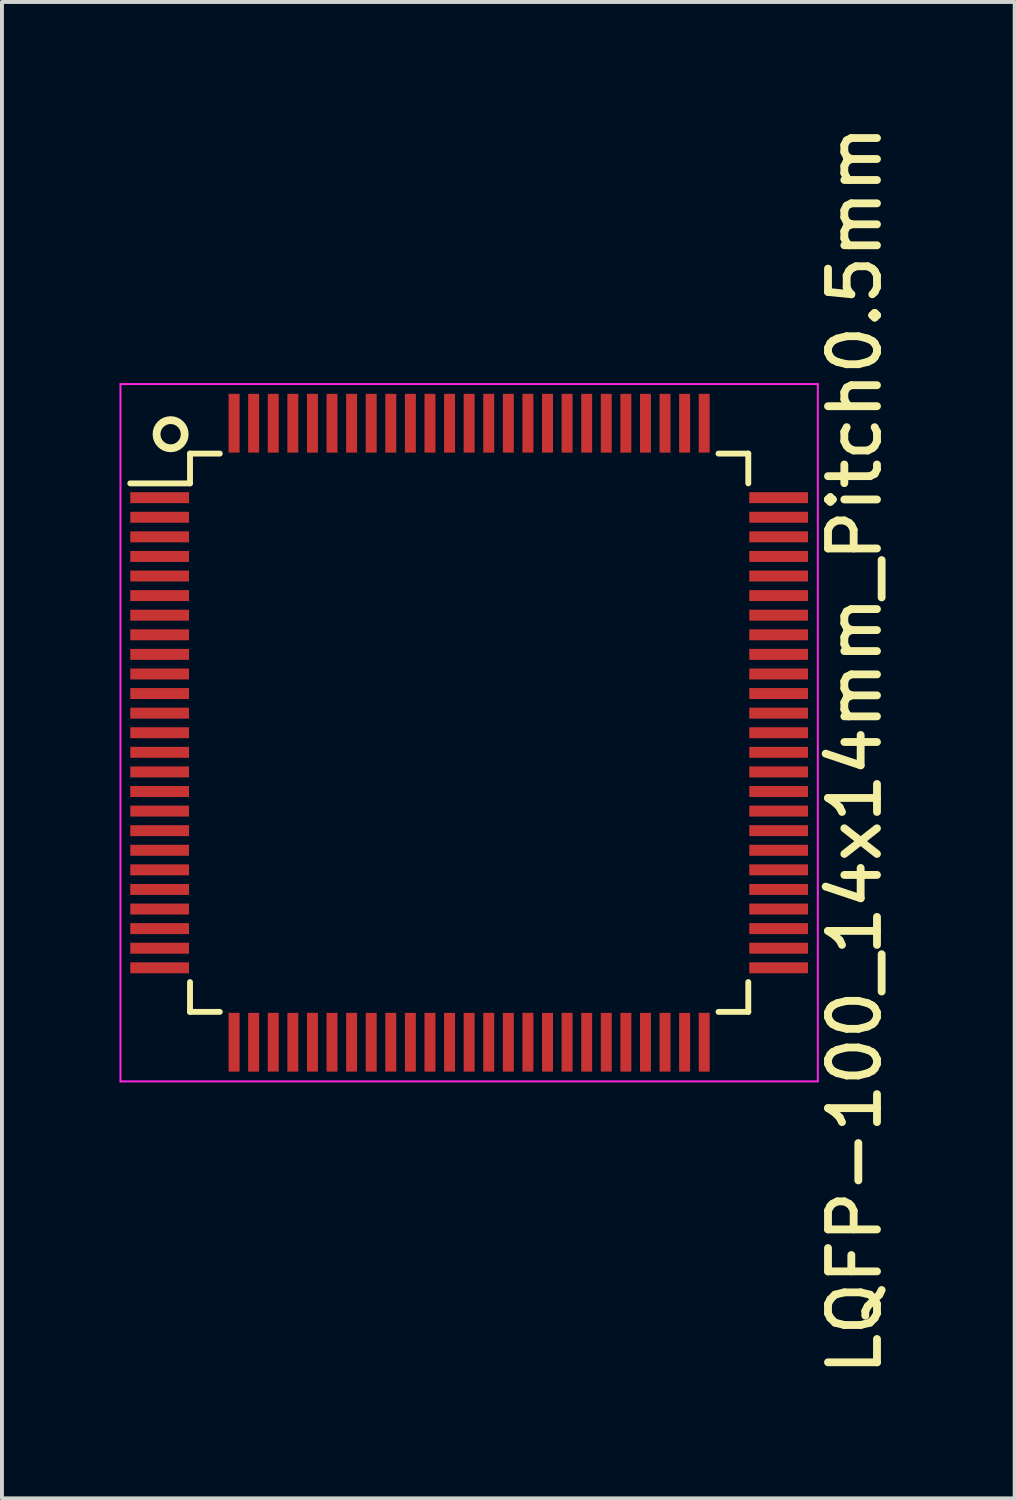
<source format=kicad_pcb>
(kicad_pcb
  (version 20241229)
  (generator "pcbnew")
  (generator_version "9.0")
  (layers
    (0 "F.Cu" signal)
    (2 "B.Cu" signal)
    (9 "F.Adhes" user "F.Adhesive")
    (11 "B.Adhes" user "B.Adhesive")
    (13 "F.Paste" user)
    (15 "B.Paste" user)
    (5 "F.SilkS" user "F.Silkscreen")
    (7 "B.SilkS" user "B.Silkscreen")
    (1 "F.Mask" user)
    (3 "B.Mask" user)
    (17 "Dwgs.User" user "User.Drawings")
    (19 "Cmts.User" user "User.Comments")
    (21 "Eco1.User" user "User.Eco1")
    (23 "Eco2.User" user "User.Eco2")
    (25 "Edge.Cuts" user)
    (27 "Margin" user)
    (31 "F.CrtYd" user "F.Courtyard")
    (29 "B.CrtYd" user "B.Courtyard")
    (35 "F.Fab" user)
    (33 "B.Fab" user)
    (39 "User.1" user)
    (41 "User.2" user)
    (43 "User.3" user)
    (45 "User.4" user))
  (footprint "LQFP-100_14x14mm_Pitch0.5mm"
    (layer "F.Cu")
    (at 8.925 15.653)
    (property "Reference" "LQFP-100_14x14mm_Pitch0.5mm" (at 9.842 0.445 90) (layer "F.SilkS") (effects (font (size 1.25 1.25) (thickness 0.2))))
    (attr smd)
    (fp_line (start -7.125 -7.125) (end -7.125 -6.365) (stroke (width 0.15) (type solid)) (layer "F.SilkS"))
    (fp_line (start -7.125 -7.125) (end -6.365 -7.125) (stroke (width 0.15) (type solid)) (layer "F.SilkS"))
    (fp_line (start -7.125 -6.365) (end -8.65 -6.365) (stroke (width 0.15) (type solid)) (layer "F.SilkS"))
    (fp_line (start -7.125 7.125) (end -7.125 6.365) (stroke (width 0.15) (type solid)) (layer "F.SilkS"))
    (fp_line (start -7.125 7.125) (end -6.365 7.125) (stroke (width 0.15) (type solid)) (layer "F.SilkS"))
    (fp_line (start 7.125 -7.125) (end 6.365 -7.125) (stroke (width 0.15) (type solid)) (layer "F.SilkS"))
    (fp_line (start 7.125 -7.125) (end 7.125 -6.365) (stroke (width 0.15) (type solid)) (layer "F.SilkS"))
    (fp_line (start 7.125 7.125) (end 6.365 7.125) (stroke (width 0.15) (type solid)) (layer "F.SilkS"))
    (fp_line (start 7.125 7.125) (end 7.125 6.365) (stroke (width 0.15) (type solid)) (layer "F.SilkS"))
    (fp_circle (center -7.62 -7.62) (end -7.366 -7.366) (stroke (width 0.2) (type solid)) (fill no) (layer "F.SilkS"))
    (fp_line (start -8.9 -8.9) (end -8.9 8.9) (stroke (width 0.05) (type solid)) (layer "F.CrtYd"))
    (fp_line (start -8.9 -8.9) (end 8.9 -8.9) (stroke (width 0.05) (type solid)) (layer "F.CrtYd"))
    (fp_line (start -8.9 8.9) (end 8.9 8.9) (stroke (width 0.05) (type solid)) (layer "F.CrtYd"))
    (fp_line (start 8.9 -8.9) (end 8.9 8.9) (stroke (width 0.05) (type solid)) (layer "F.CrtYd"))
    (pad "1" smd rect (at -7.9 -6) (size 1.5 0.28) (layers "F.Cu" "F.Mask" "F.Paste"))
    (pad "2" smd rect (at -7.9 -5.5) (size 1.5 0.28) (layers "F.Cu" "F.Mask" "F.Paste"))
    (pad "3" smd rect (at -7.9 -5) (size 1.5 0.28) (layers "F.Cu" "F.Mask" "F.Paste"))
    (pad "4" smd rect (at -7.9 -4.5) (size 1.5 0.28) (layers "F.Cu" "F.Mask" "F.Paste"))
    (pad "5" smd rect (at -7.9 -4) (size 1.5 0.28) (layers "F.Cu" "F.Mask" "F.Paste"))
    (pad "6" smd rect (at -7.9 -3.5) (size 1.5 0.28) (layers "F.Cu" "F.Mask" "F.Paste"))
    (pad "7" smd rect (at -7.9 -3) (size 1.5 0.28) (layers "F.Cu" "F.Mask" "F.Paste"))
    (pad "8" smd rect (at -7.9 -2.5) (size 1.5 0.28) (layers "F.Cu" "F.Mask" "F.Paste"))
    (pad "9" smd rect (at -7.9 -2) (size 1.5 0.28) (layers "F.Cu" "F.Mask" "F.Paste"))
    (pad "10" smd rect (at -7.9 -1.5) (size 1.5 0.28) (layers "F.Cu" "F.Mask" "F.Paste"))
    (pad "11" smd rect (at -7.9 -1) (size 1.5 0.28) (layers "F.Cu" "F.Mask" "F.Paste"))
    (pad "12" smd rect (at -7.9 -0.5) (size 1.5 0.28) (layers "F.Cu" "F.Mask" "F.Paste"))
    (pad "13" smd rect (at -7.9 0) (size 1.5 0.28) (layers "F.Cu" "F.Mask" "F.Paste"))
    (pad "14" smd rect (at -7.9 0.5) (size 1.5 0.28) (layers "F.Cu" "F.Mask" "F.Paste"))
    (pad "15" smd rect (at -7.9 1) (size 1.5 0.28) (layers "F.Cu" "F.Mask" "F.Paste"))
    (pad "16" smd rect (at -7.9 1.5) (size 1.5 0.28) (layers "F.Cu" "F.Mask" "F.Paste"))
    (pad "17" smd rect (at -7.9 2) (size 1.5 0.28) (layers "F.Cu" "F.Mask" "F.Paste"))
    (pad "18" smd rect (at -7.9 2.5) (size 1.5 0.28) (layers "F.Cu" "F.Mask" "F.Paste"))
    (pad "19" smd rect (at -7.9 3) (size 1.5 0.28) (layers "F.Cu" "F.Mask" "F.Paste"))
    (pad "20" smd rect (at -7.9 3.5) (size 1.5 0.28) (layers "F.Cu" "F.Mask" "F.Paste"))
    (pad "21" smd rect (at -7.9 4) (size 1.5 0.28) (layers "F.Cu" "F.Mask" "F.Paste"))
    (pad "22" smd rect (at -7.9 4.5) (size 1.5 0.28) (layers "F.Cu" "F.Mask" "F.Paste"))
    (pad "23" smd rect (at -7.9 5) (size 1.5 0.28) (layers "F.Cu" "F.Mask" "F.Paste"))
    (pad "24" smd rect (at -7.9 5.5) (size 1.5 0.28) (layers "F.Cu" "F.Mask" "F.Paste"))
    (pad "25" smd rect (at -7.9 6) (size 1.5 0.28) (layers "F.Cu" "F.Mask" "F.Paste"))
    (pad "26" smd rect (at -6 7.9 90) (size 1.5 0.28) (layers "F.Cu" "F.Mask" "F.Paste"))
    (pad "27" smd rect (at -5.5 7.9 90) (size 1.5 0.28) (layers "F.Cu" "F.Mask" "F.Paste"))
    (pad "28" smd rect (at -5 7.9 90) (size 1.5 0.28) (layers "F.Cu" "F.Mask" "F.Paste"))
    (pad "29" smd rect (at -4.5 7.9 90) (size 1.5 0.28) (layers "F.Cu" "F.Mask" "F.Paste"))
    (pad "30" smd rect (at -4 7.9 90) (size 1.5 0.28) (layers "F.Cu" "F.Mask" "F.Paste"))
    (pad "31" smd rect (at -3.5 7.9 90) (size 1.5 0.28) (layers "F.Cu" "F.Mask" "F.Paste"))
    (pad "32" smd rect (at -3 7.9 90) (size 1.5 0.28) (layers "F.Cu" "F.Mask" "F.Paste"))
    (pad "33" smd rect (at -2.5 7.9 90) (size 1.5 0.28) (layers "F.Cu" "F.Mask" "F.Paste"))
    (pad "34" smd rect (at -2 7.9 90) (size 1.5 0.28) (layers "F.Cu" "F.Mask" "F.Paste"))
    (pad "35" smd rect (at -1.5 7.9 90) (size 1.5 0.28) (layers "F.Cu" "F.Mask" "F.Paste"))
    (pad "36" smd rect (at -1 7.9 90) (size 1.5 0.28) (layers "F.Cu" "F.Mask" "F.Paste"))
    (pad "37" smd rect (at -0.5 7.9 90) (size 1.5 0.28) (layers "F.Cu" "F.Mask" "F.Paste"))
    (pad "38" smd rect (at 0 7.9 90) (size 1.5 0.28) (layers "F.Cu" "F.Mask" "F.Paste"))
    (pad "39" smd rect (at 0.5 7.9 90) (size 1.5 0.28) (layers "F.Cu" "F.Mask" "F.Paste"))
    (pad "40" smd rect (at 1 7.9 90) (size 1.5 0.28) (layers "F.Cu" "F.Mask" "F.Paste"))
    (pad "41" smd rect (at 1.5 7.9 90) (size 1.5 0.28) (layers "F.Cu" "F.Mask" "F.Paste"))
    (pad "42" smd rect (at 2 7.9 90) (size 1.5 0.28) (layers "F.Cu" "F.Mask" "F.Paste"))
    (pad "43" smd rect (at 2.5 7.9 90) (size 1.5 0.28) (layers "F.Cu" "F.Mask" "F.Paste"))
    (pad "44" smd rect (at 3 7.9 90) (size 1.5 0.28) (layers "F.Cu" "F.Mask" "F.Paste"))
    (pad "45" smd rect (at 3.5 7.9 90) (size 1.5 0.28) (layers "F.Cu" "F.Mask" "F.Paste"))
    (pad "46" smd rect (at 4 7.9 90) (size 1.5 0.28) (layers "F.Cu" "F.Mask" "F.Paste"))
    (pad "47" smd rect (at 4.5 7.9 90) (size 1.5 0.28) (layers "F.Cu" "F.Mask" "F.Paste"))
    (pad "48" smd rect (at 5 7.9 90) (size 1.5 0.28) (layers "F.Cu" "F.Mask" "F.Paste"))
    (pad "49" smd rect (at 5.5 7.9 90) (size 1.5 0.28) (layers "F.Cu" "F.Mask" "F.Paste"))
    (pad "50" smd rect (at 6 7.9 90) (size 1.5 0.28) (layers "F.Cu" "F.Mask" "F.Paste"))
    (pad "51" smd rect (at 7.9 6) (size 1.5 0.28) (layers "F.Cu" "F.Mask" "F.Paste"))
    (pad "52" smd rect (at 7.9 5.5) (size 1.5 0.28) (layers "F.Cu" "F.Mask" "F.Paste"))
    (pad "53" smd rect (at 7.9 5) (size 1.5 0.28) (layers "F.Cu" "F.Mask" "F.Paste"))
    (pad "54" smd rect (at 7.9 4.5) (size 1.5 0.28) (layers "F.Cu" "F.Mask" "F.Paste"))
    (pad "55" smd rect (at 7.9 4) (size 1.5 0.28) (layers "F.Cu" "F.Mask" "F.Paste"))
    (pad "56" smd rect (at 7.9 3.5) (size 1.5 0.28) (layers "F.Cu" "F.Mask" "F.Paste"))
    (pad "57" smd rect (at 7.9 3) (size 1.5 0.28) (layers "F.Cu" "F.Mask" "F.Paste"))
    (pad "58" smd rect (at 7.9 2.5) (size 1.5 0.28) (layers "F.Cu" "F.Mask" "F.Paste"))
    (pad "59" smd rect (at 7.9 2) (size 1.5 0.28) (layers "F.Cu" "F.Mask" "F.Paste"))
    (pad "60" smd rect (at 7.9 1.5) (size 1.5 0.28) (layers "F.Cu" "F.Mask" "F.Paste"))
    (pad "61" smd rect (at 7.9 1) (size 1.5 0.28) (layers "F.Cu" "F.Mask" "F.Paste"))
    (pad "62" smd rect (at 7.9 0.5) (size 1.5 0.28) (layers "F.Cu" "F.Mask" "F.Paste"))
    (pad "63" smd rect (at 7.9 0) (size 1.5 0.28) (layers "F.Cu" "F.Mask" "F.Paste"))
    (pad "64" smd rect (at 7.9 -0.5) (size 1.5 0.28) (layers "F.Cu" "F.Mask" "F.Paste"))
    (pad "65" smd rect (at 7.9 -1) (size 1.5 0.28) (layers "F.Cu" "F.Mask" "F.Paste"))
    (pad "66" smd rect (at 7.9 -1.5) (size 1.5 0.28) (layers "F.Cu" "F.Mask" "F.Paste"))
    (pad "67" smd rect (at 7.9 -2) (size 1.5 0.28) (layers "F.Cu" "F.Mask" "F.Paste"))
    (pad "68" smd rect (at 7.9 -2.5) (size 1.5 0.28) (layers "F.Cu" "F.Mask" "F.Paste"))
    (pad "69" smd rect (at 7.9 -3) (size 1.5 0.28) (layers "F.Cu" "F.Mask" "F.Paste"))
    (pad "70" smd rect (at 7.9 -3.5) (size 1.5 0.28) (layers "F.Cu" "F.Mask" "F.Paste"))
    (pad "71" smd rect (at 7.9 -4) (size 1.5 0.28) (layers "F.Cu" "F.Mask" "F.Paste"))
    (pad "72" smd rect (at 7.9 -4.5) (size 1.5 0.28) (layers "F.Cu" "F.Mask" "F.Paste"))
    (pad "73" smd rect (at 7.9 -5) (size 1.5 0.28) (layers "F.Cu" "F.Mask" "F.Paste"))
    (pad "74" smd rect (at 7.9 -5.5) (size 1.5 0.28) (layers "F.Cu" "F.Mask" "F.Paste"))
    (pad "75" smd rect (at 7.9 -6) (size 1.5 0.28) (layers "F.Cu" "F.Mask" "F.Paste"))
    (pad "76" smd rect (at 6 -7.9 90) (size 1.5 0.28) (layers "F.Cu" "F.Mask" "F.Paste"))
    (pad "77" smd rect (at 5.5 -7.9 90) (size 1.5 0.28) (layers "F.Cu" "F.Mask" "F.Paste"))
    (pad "78" smd rect (at 5 -7.9 90) (size 1.5 0.28) (layers "F.Cu" "F.Mask" "F.Paste"))
    (pad "79" smd rect (at 4.5 -7.9 90) (size 1.5 0.28) (layers "F.Cu" "F.Mask" "F.Paste"))
    (pad "80" smd rect (at 4 -7.9 90) (size 1.5 0.28) (layers "F.Cu" "F.Mask" "F.Paste"))
    (pad "81" smd rect (at 3.5 -7.9 90) (size 1.5 0.28) (layers "F.Cu" "F.Mask" "F.Paste"))
    (pad "82" smd rect (at 3 -7.9 90) (size 1.5 0.28) (layers "F.Cu" "F.Mask" "F.Paste"))
    (pad "83" smd rect (at 2.5 -7.9 90) (size 1.5 0.28) (layers "F.Cu" "F.Mask" "F.Paste"))
    (pad "84" smd rect (at 2 -7.9 90) (size 1.5 0.28) (layers "F.Cu" "F.Mask" "F.Paste"))
    (pad "85" smd rect (at 1.5 -7.9 90) (size 1.5 0.28) (layers "F.Cu" "F.Mask" "F.Paste"))
    (pad "86" smd rect (at 1 -7.9 90) (size 1.5 0.28) (layers "F.Cu" "F.Mask" "F.Paste"))
    (pad "87" smd rect (at 0.5 -7.9 90) (size 1.5 0.28) (layers "F.Cu" "F.Mask" "F.Paste"))
    (pad "88" smd rect (at 0 -7.9 90) (size 1.5 0.28) (layers "F.Cu" "F.Mask" "F.Paste"))
    (pad "89" smd rect (at -0.5 -7.9 90) (size 1.5 0.28) (layers "F.Cu" "F.Mask" "F.Paste"))
    (pad "90" smd rect (at -1 -7.9 90) (size 1.5 0.28) (layers "F.Cu" "F.Mask" "F.Paste"))
    (pad "91" smd rect (at -1.5 -7.9 90) (size 1.5 0.28) (layers "F.Cu" "F.Mask" "F.Paste"))
    (pad "92" smd rect (at -2 -7.9 90) (size 1.5 0.28) (layers "F.Cu" "F.Mask" "F.Paste"))
    (pad "93" smd rect (at -2.5 -7.9 90) (size 1.5 0.28) (layers "F.Cu" "F.Mask" "F.Paste"))
    (pad "94" smd rect (at -3 -7.9 90) (size 1.5 0.28) (layers "F.Cu" "F.Mask" "F.Paste"))
    (pad "95" smd rect (at -3.5 -7.9 90) (size 1.5 0.28) (layers "F.Cu" "F.Mask" "F.Paste"))
    (pad "96" smd rect (at -4 -7.9 90) (size 1.5 0.28) (layers "F.Cu" "F.Mask" "F.Paste"))
    (pad "97" smd rect (at -4.5 -7.9 90) (size 1.5 0.28) (layers "F.Cu" "F.Mask" "F.Paste"))
    (pad "98" smd rect (at -5 -7.9 90) (size 1.5 0.28) (layers "F.Cu" "F.Mask" "F.Paste"))
    (pad "99" smd rect (at -5.5 -7.9 90) (size 1.5 0.28) (layers "F.Cu" "F.Mask" "F.Paste"))
    (pad "100" smd rect (at -6 -7.9 90) (size 1.5 0.28) (layers "F.Cu" "F.Mask" "F.Paste")))
  (gr_rect
    (start -3 -3)
    (end 22.85 35.195)
    (stroke (width 0.1) (type default))
    (fill no)
    (layer "Edge.Cuts")))
</source>
